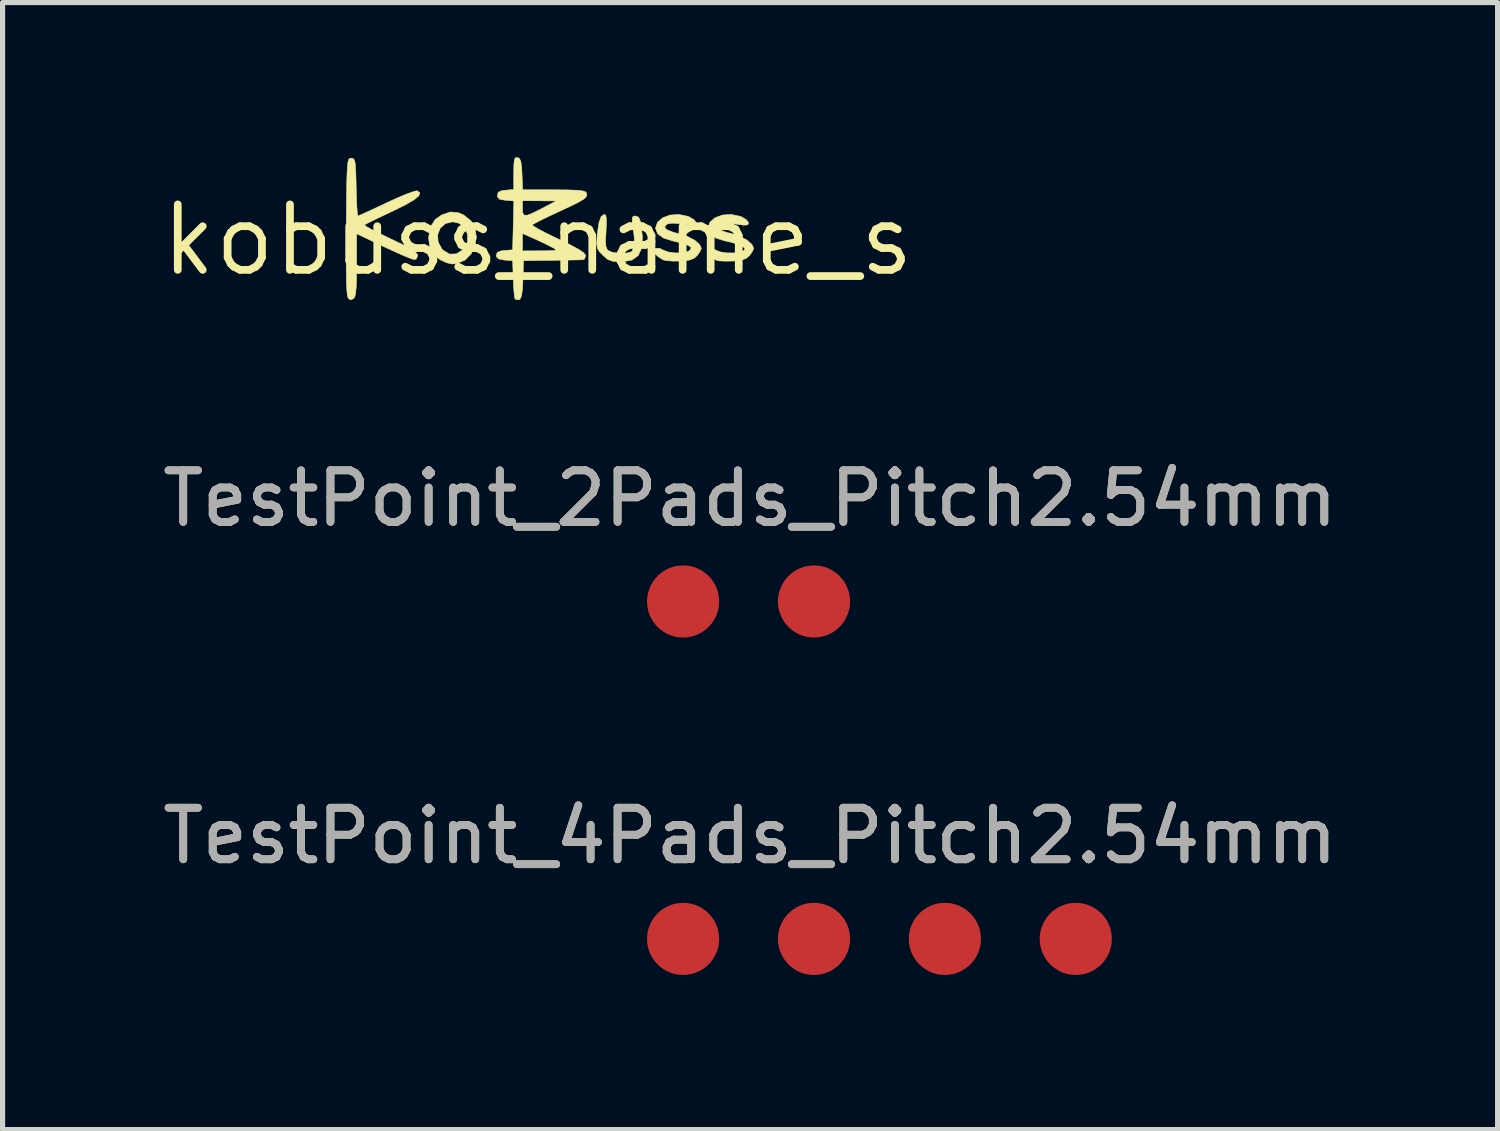
<source format=kicad_pcb>
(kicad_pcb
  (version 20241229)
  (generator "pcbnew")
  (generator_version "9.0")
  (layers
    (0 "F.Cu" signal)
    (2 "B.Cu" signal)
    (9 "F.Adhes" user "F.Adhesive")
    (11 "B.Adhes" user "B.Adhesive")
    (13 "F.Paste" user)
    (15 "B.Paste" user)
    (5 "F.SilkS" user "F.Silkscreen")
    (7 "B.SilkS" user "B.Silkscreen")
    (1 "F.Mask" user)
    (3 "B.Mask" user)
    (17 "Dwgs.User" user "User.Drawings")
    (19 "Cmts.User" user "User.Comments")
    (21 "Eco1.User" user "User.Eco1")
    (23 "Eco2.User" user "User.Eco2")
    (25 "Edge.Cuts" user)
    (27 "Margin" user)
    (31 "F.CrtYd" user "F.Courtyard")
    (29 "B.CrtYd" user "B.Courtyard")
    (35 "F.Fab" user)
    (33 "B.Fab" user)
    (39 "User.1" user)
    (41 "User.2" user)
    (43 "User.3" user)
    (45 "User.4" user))
  (footprint "TestPoint_4Pads_Pitch2.54mm"
    (layer "F.Cu")
    (at 10.206 15.17)
    (property "Reference" "TestPoint_4Pads_Pitch2.54mm" (at 1.3 -2 0) (layer "F.SilkS") (effects (font (size 1 1) (thickness 0.15))))
    (attr exclude_from_pos_files exclude_from_bom)
    (fp_text user "${REFERENCE}" (at 1.3 -2 0) (layer "F.Fab") (effects (font (size 1 1) (thickness 0.15))))
    (pad "1" smd circle (at 0 0) (size 1.4 1.4) (layers "F.Cu" "F.Mask"))
    (pad "2" smd circle (at 2.54 0) (size 1.4 1.4) (layers "F.Cu" "F.Mask"))
    (pad "3" smd circle (at 5.08 0) (size 1.4 1.4) (layers "F.Cu" "F.Mask"))
    (pad "4" smd circle (at 7.62 0) (size 1.4 1.4) (layers "F.Cu" "F.Mask")))
  (footprint "TestPoint_2Pads_Pitch2.54mm"
    (layer "F.Cu")
    (at 10.206 8.622)
    (property "Reference" "TestPoint_2Pads_Pitch2.54mm" (at 1.3 -2 0) (layer "F.SilkS") (effects (font (size 1 1) (thickness 0.15))))
    (attr exclude_from_pos_files exclude_from_bom)
    (fp_text user "${REFERENCE}" (at 1.3 -2 0) (layer "F.Fab") (effects (font (size 1 1) (thickness 0.15))))
    (pad "1" smd circle (at 0 0) (size 1.4 1.4) (layers "F.Cu" "F.Mask"))
    (pad "2" smd circle (at 2.54 0) (size 1.4 1.4) (layers "F.Cu" "F.Mask")))
  (footprint "kobuss_name_s"
    (layer "F.Cu")
    (at 7.385 1.607)
    (property "Reference" "kobuss_name_s" (at 0 0 0) (layer "F.SilkS") (effects (font (size 1.27 1.27) (thickness 0.15))))
    (attr through_hole)
    (fp_poly (pts (xy -1.534 -0.527) (xy -1.438 -0.486) (xy -1.297 -0.373) (xy -1.216 -0.223) (xy -1.191 -0.055) (xy -1.218 0.115) (xy -1.292 0.268) (xy -1.409 0.388) (xy -1.567 0.456) (xy -1.659 0.466) (xy -1.761 0.444) (xy -1.88 0.39) (xy -1.892 0.383) (xy -2.023 0.279) (xy -2.093 0.152) (xy -2.116 -0.025) (xy -2.117 -0.051) (xy -2.109 -0.101) (xy -1.942 -0.101) (xy -1.933 0.04) (xy -1.859 0.175) (xy -1.839 0.196) (xy -1.713 0.274) (xy -1.579 0.27) (xy -1.451 0.187) (xy -1.429 0.163) (xy -1.362 0.03) (xy -1.362 -0.111) (xy -1.42 -0.236) (xy -1.525 -0.324) (xy -1.651 -0.353) (xy -1.794 -0.318) (xy -1.893 -0.227) (xy -1.942 -0.101) (xy -2.109 -0.101) (xy -2.085 -0.25) (xy -1.988 -0.399) (xy -1.862 -0.487) (xy -1.694 -0.544) (xy -1.534 -0.527)) (stroke (width 0.01) (type solid)) (fill yes) (layer "F.SilkS"))
    (fp_poly (pts (xy 1.318 -0.484) (xy 1.329 -0.435) (xy 1.333 -0.325) (xy 1.326 -0.176) (xy 1.325 -0.157) (xy 1.316 0.013) (xy 1.322 0.119) (xy 1.346 0.182) (xy 1.367 0.205) (xy 1.454 0.241) (xy 1.581 0.259) (xy 1.712 0.257) (xy 1.809 0.233) (xy 1.83 0.219) (xy 1.869 0.124) (xy 1.874 -0.046) (xy 1.848 -0.265) (xy 1.832 -0.386) (xy 1.838 -0.445) (xy 1.872 -0.464) (xy 1.897 -0.466) (xy 1.958 -0.442) (xy 1.994 -0.359) (xy 2.005 -0.307) (xy 2.033 -0.038) (xy 2.015 0.165) (xy 1.947 0.305) (xy 1.827 0.389) (xy 1.652 0.422) (xy 1.607 0.423) (xy 1.464 0.415) (xy 1.365 0.381) (xy 1.273 0.305) (xy 1.261 0.294) (xy 1.194 0.223) (xy 1.158 0.16) (xy 1.145 0.08) (xy 1.151 -0.044) (xy 1.159 -0.138) (xy 1.189 -0.339) (xy 1.232 -0.458) (xy 1.288 -0.494) (xy 1.318 -0.484)) (stroke (width 0.01) (type solid)) (fill yes) (layer "F.SilkS"))
    (fp_poly (pts (xy 2.913 -0.459) (xy 2.938 -0.449) (xy 3.034 -0.392) (xy 3.076 -0.335) (xy 3.061 -0.294) (xy 2.984 -0.287) (xy 2.98 -0.288) (xy 2.764 -0.317) (xy 2.618 -0.326) (xy 2.529 -0.315) (xy 2.503 -0.303) (xy 2.463 -0.249) (xy 2.507 -0.198) (xy 2.635 -0.148) (xy 2.742 -0.121) (xy 2.909 -0.067) (xy 3.05 0.008) (xy 3.145 0.092) (xy 3.175 0.163) (xy 3.151 0.221) (xy 3.097 0.299) (xy 3.03 0.358) (xy 2.935 0.392) (xy 2.784 0.408) (xy 2.769 0.409) (xy 2.617 0.41) (xy 2.49 0.399) (xy 2.433 0.385) (xy 2.333 0.321) (xy 2.287 0.277) (xy 2.257 0.205) (xy 2.289 0.162) (xy 2.361 0.16) (xy 2.43 0.194) (xy 2.531 0.233) (xy 2.668 0.252) (xy 2.808 0.248) (xy 2.919 0.222) (xy 2.959 0.196) (xy 2.977 0.148) (xy 2.928 0.109) (xy 2.89 0.093) (xy 2.763 0.052) (xy 2.625 0.02) (xy 2.444 -0.036) (xy 2.328 -0.12) (xy 2.286 -0.225) (xy 2.286 -0.227) (xy 2.324 -0.344) (xy 2.424 -0.431) (xy 2.568 -0.484) (xy 2.738 -0.496) (xy 2.913 -0.459)) (stroke (width 0.01) (type solid)) (fill yes) (layer "F.SilkS"))
    (fp_poly (pts (xy 3.929 -0.459) (xy 3.954 -0.449) (xy 4.05 -0.392) (xy 4.092 -0.335) (xy 4.077 -0.294) (xy 4 -0.287) (xy 3.996 -0.288) (xy 3.78 -0.317) (xy 3.634 -0.326) (xy 3.545 -0.315) (xy 3.519 -0.303) (xy 3.479 -0.249) (xy 3.524 -0.198) (xy 3.652 -0.15) (xy 3.753 -0.126) (xy 3.918 -0.074) (xy 4.059 0.001) (xy 4.157 0.086) (xy 4.191 0.163) (xy 4.167 0.221) (xy 4.113 0.299) (xy 4.046 0.358) (xy 3.952 0.391) (xy 3.802 0.408) (xy 3.785 0.409) (xy 3.638 0.411) (xy 3.521 0.405) (xy 3.471 0.396) (xy 3.358 0.33) (xy 3.298 0.255) (xy 3.305 0.187) (xy 3.307 0.185) (xy 3.355 0.151) (xy 3.42 0.176) (xy 3.443 0.191) (xy 3.539 0.231) (xy 3.668 0.251) (xy 3.805 0.252) (xy 3.926 0.235) (xy 4.005 0.201) (xy 4.022 0.17) (xy 3.984 0.131) (xy 3.883 0.085) (xy 3.742 0.042) (xy 3.641 0.02) (xy 3.46 -0.036) (xy 3.344 -0.12) (xy 3.302 -0.225) (xy 3.302 -0.227) (xy 3.34 -0.344) (xy 3.44 -0.431) (xy 3.584 -0.484) (xy 3.754 -0.496) (xy 3.929 -0.459)) (stroke (width 0.01) (type solid)) (fill yes) (layer "F.SilkS"))
    (fp_poly (pts (xy -3.585 -1.583) (xy -3.561 -1.559) (xy -3.545 -1.503) (xy -3.535 -1.401) (xy -3.528 -1.241) (xy -3.523 -1.027) (xy -3.517 -0.82) (xy -3.51 -0.647) (xy -3.501 -0.525) (xy -3.493 -0.468) (xy -3.491 -0.466) (xy -3.447 -0.483) (xy -3.342 -0.53) (xy -3.188 -0.601) (xy -3.001 -0.688) (xy -2.933 -0.721) (xy -2.735 -0.812) (xy -2.561 -0.885) (xy -2.427 -0.934) (xy -2.348 -0.955) (xy -2.338 -0.954) (xy -2.287 -0.914) (xy -2.306 -0.858) (xy -2.397 -0.782) (xy -2.562 -0.685) (xy -2.805 -0.565) (xy -2.824 -0.556) (xy -3.016 -0.465) (xy -3.179 -0.387) (xy -3.298 -0.328) (xy -3.359 -0.295) (xy -3.363 -0.292) (xy -3.335 -0.267) (xy -3.243 -0.214) (xy -3.1 -0.141) (xy -2.92 -0.053) (xy -2.857 -0.023) (xy -2.63 0.085) (xy -2.474 0.168) (xy -2.378 0.232) (xy -2.334 0.28) (xy -2.328 0.302) (xy -2.357 0.368) (xy -2.392 0.381) (xy -2.453 0.364) (xy -2.573 0.316) (xy -2.737 0.244) (xy -2.93 0.156) (xy -2.985 0.13) (xy -3.514 -0.121) (xy -3.514 0.485) (xy -3.516 0.742) (xy -3.523 0.925) (xy -3.535 1.046) (xy -3.555 1.116) (xy -3.572 1.138) (xy -3.635 1.162) (xy -3.678 1.128) (xy -3.693 1.08) (xy -3.704 0.975) (xy -3.712 0.806) (xy -3.716 0.569) (xy -3.718 0.259) (xy -3.716 -0.13) (xy -3.715 -0.259) (xy -3.712 -0.629) (xy -3.709 -0.923) (xy -3.705 -1.15) (xy -3.699 -1.318) (xy -3.692 -1.437) (xy -3.682 -1.514) (xy -3.669 -1.559) (xy -3.652 -1.581) (xy -3.631 -1.587) (xy -3.619 -1.587) (xy -3.585 -1.583)) (stroke (width 0.01) (type solid)) (fill yes) (layer "F.SilkS"))
    (fp_poly (pts (xy -0.392 -1.601) (xy -0.352 -1.579) (xy -0.327 -1.52) (xy -0.312 -1.406) (xy -0.305 -1.28) (xy -0.293 -0.974) (xy 0.315 -0.974) (xy 0.567 -0.972) (xy 0.746 -0.966) (xy 0.861 -0.954) (xy 0.924 -0.936) (xy 0.944 -0.917) (xy 0.953 -0.874) (xy 0.938 -0.834) (xy 0.888 -0.789) (xy 0.792 -0.733) (xy 0.64 -0.658) (xy 0.422 -0.556) (xy 0.41 -0.55) (xy 0.221 -0.462) (xy 0.063 -0.386) (xy -0.051 -0.327) (xy -0.106 -0.295) (xy -0.108 -0.293) (xy -0.078 -0.266) (xy 0.015 -0.211) (xy 0.159 -0.135) (xy 0.34 -0.046) (xy 0.403 -0.017) (xy 0.635 0.096) (xy 0.796 0.183) (xy 0.892 0.248) (xy 0.93 0.297) (xy 0.931 0.306) (xy 0.906 0.371) (xy 0.878 0.384) (xy 0.818 0.385) (xy 0.691 0.388) (xy 0.514 0.391) (xy 0.307 0.394) (xy 0.275 0.394) (xy -0.275 0.402) (xy -0.287 0.769) (xy -0.297 0.959) (xy -0.314 1.08) (xy -0.341 1.143) (xy -0.363 1.16) (xy -0.428 1.154) (xy -0.445 1.132) (xy -0.455 1.067) (xy -0.466 0.942) (xy -0.474 0.78) (xy -0.475 0.741) (xy -0.487 0.402) (xy -0.646 0.389) (xy -0.755 0.369) (xy -0.8 0.328) (xy -0.804 0.296) (xy -0.783 0.24) (xy -0.709 0.212) (xy -0.296 0.212) (xy 0.053 0.21) (xy 0.223 0.209) (xy 0.319 0.204) (xy 0.351 0.193) (xy 0.332 0.172) (xy 0.275 0.14) (xy 0.162 0.082) (xy 0.014 0.012) (xy -0.074 -0.028) (xy -0.296 -0.126) (xy -0.296 0.212) (xy -0.709 0.212) (xy -0.707 0.211) (xy -0.646 0.204) (xy -0.487 0.191) (xy -0.475 -0.283) (xy -0.467 -0.614) (xy -0.296 -0.614) (xy -0.291 -0.527) (xy -0.265 -0.483) (xy -0.206 -0.48) (xy -0.102 -0.52) (xy 0.062 -0.602) (xy 0.085 -0.614) (xy 0.36 -0.758) (xy 0.032 -0.76) (xy -0.296 -0.762) (xy -0.296 -0.614) (xy -0.467 -0.614) (xy -0.463 -0.757) (xy -0.623 -0.77) (xy -0.732 -0.788) (xy -0.777 -0.828) (xy -0.783 -0.868) (xy -0.765 -0.927) (xy -0.696 -0.957) (xy -0.624 -0.966) (xy -0.466 -0.979) (xy -0.466 -1.297) (xy -0.463 -1.459) (xy -0.454 -1.553) (xy -0.434 -1.596) (xy -0.399 -1.602) (xy -0.392 -1.601)) (stroke (width 0.01) (type solid)) (fill yes) (layer "F.SilkS")))
  (gr_rect
    (start -3 -3)
    (end 26.012 18.87)
    (stroke (width 0.1) (type default))
    (fill no)
    (layer "Edge.Cuts")))
</source>
